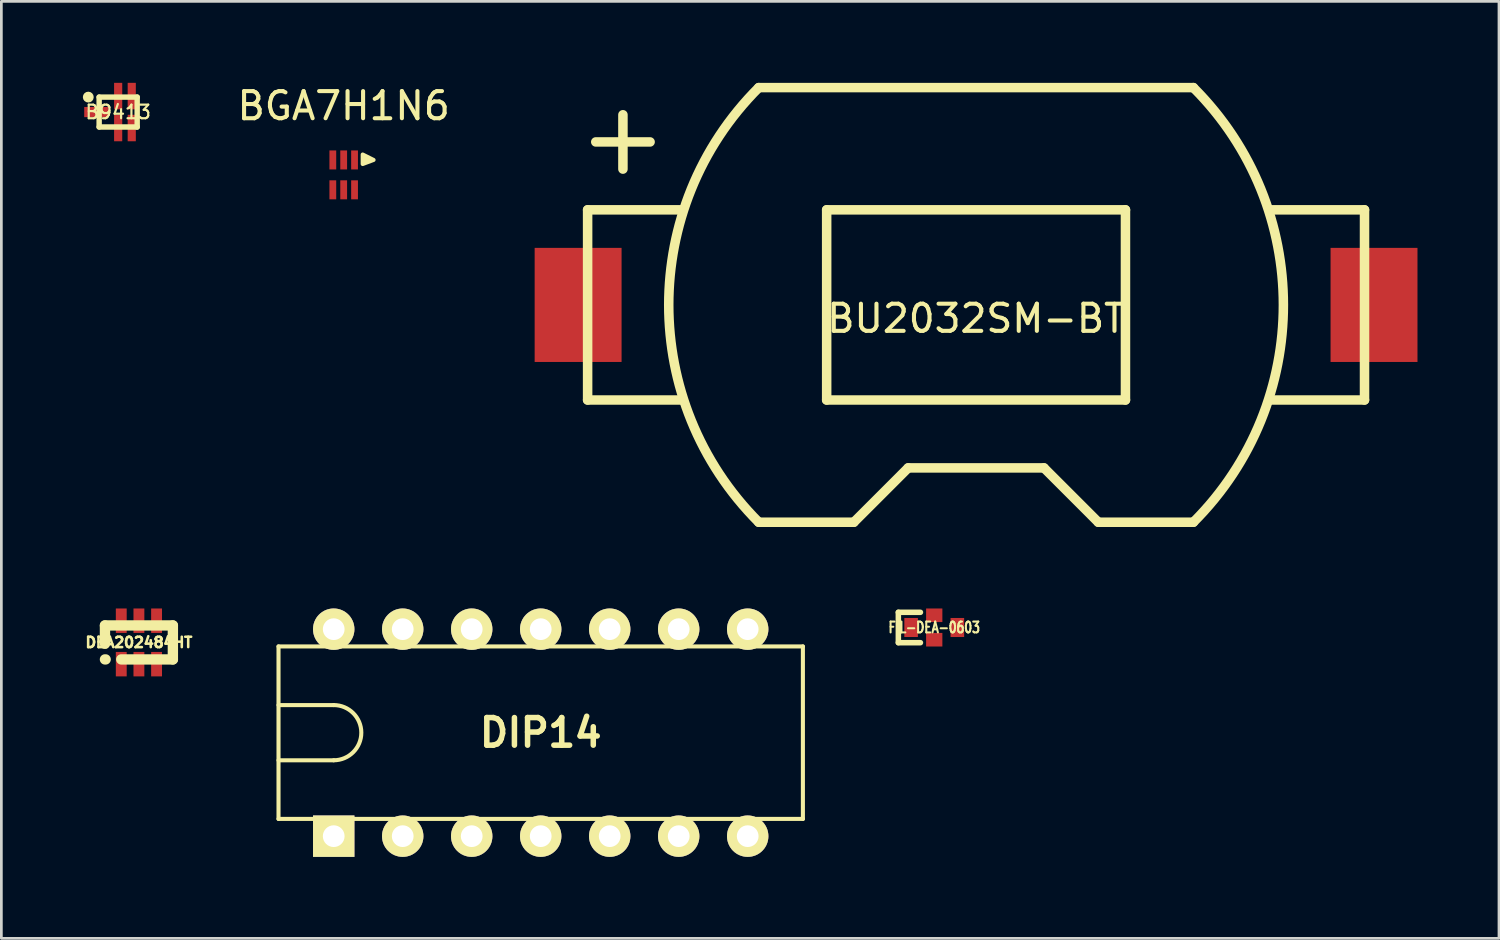
<source format=kicad_pcb>
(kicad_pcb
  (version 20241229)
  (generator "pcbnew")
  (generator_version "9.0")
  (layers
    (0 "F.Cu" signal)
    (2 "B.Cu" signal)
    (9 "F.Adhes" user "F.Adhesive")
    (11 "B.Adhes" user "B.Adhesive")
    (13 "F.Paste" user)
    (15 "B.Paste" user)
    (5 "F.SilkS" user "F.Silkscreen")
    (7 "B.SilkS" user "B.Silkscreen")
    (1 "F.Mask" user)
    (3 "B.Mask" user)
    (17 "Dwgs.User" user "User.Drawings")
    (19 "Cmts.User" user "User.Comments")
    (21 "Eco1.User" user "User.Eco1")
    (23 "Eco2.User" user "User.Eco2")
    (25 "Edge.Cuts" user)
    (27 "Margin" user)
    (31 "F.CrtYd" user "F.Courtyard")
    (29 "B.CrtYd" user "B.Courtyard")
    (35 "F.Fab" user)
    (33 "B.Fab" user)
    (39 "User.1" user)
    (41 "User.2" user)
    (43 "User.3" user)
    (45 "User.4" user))
  (footprint "DEA202484HT"
    (layer "F.Cu")
    (at 2.064 20.6)
    (property "Reference" "DEA202484HT" (at 0 0 0) (layer "F.SilkS") (effects (font (size 0.381 0.381) (thickness 0.095))))
    (attr smd)
    (fp_line (start -1.25 -0.625) (end -1.25 0.05) (stroke (width 0.381) (type solid)) (layer "F.SilkS"))
    (fp_line (start -1.25 -0.625) (end 1.25 -0.625) (stroke (width 0.381) (type solid)) (layer "F.SilkS"))
    (fp_line (start -1.25 0.625) (end -1.225 0.625) (stroke (width 0.381) (type solid)) (layer "F.SilkS"))
    (fp_line (start 1.25 -0.625) (end 1.25 0.625) (stroke (width 0.381) (type solid)) (layer "F.SilkS"))
    (fp_line (start 1.25 0.625) (end -0.65 0.625) (stroke (width 0.381) (type solid)) (layer "F.SilkS"))
    (pad "1" smd rect (at -0.65 0.8) (size 0.4 0.9) (layers "F.Cu" "F.Mask" "F.Paste"))
    (pad "2" smd rect (at 0 0.8) (size 0.4 0.9) (layers "F.Cu" "F.Mask" "F.Paste"))
    (pad "3" smd rect (at 0.65 0.8) (size 0.4 0.9) (layers "F.Cu" "F.Mask" "F.Paste"))
    (pad "4" smd rect (at 0.65 -0.8) (size 0.4 0.9) (layers "F.Cu" "F.Mask" "F.Paste"))
    (pad "5" smd rect (at 0 -0.8) (size 0.4 0.9) (layers "F.Cu" "F.Mask" "F.Paste"))
    (pad "6" smd rect (at -0.65 -0.8) (size 0.4 0.9) (layers "F.Cu" "F.Mask" "F.Paste")))
  (footprint "B9413"
    (layer "F.Cu")
    (at 1.3 1.075)
    (property "Reference" "B9413" (at 0 0 0) (layer "F.SilkS") (effects (font (size 0.5 0.5) (thickness 0.08))))
    (attr smd)
    (fp_line (start -0.7 -0.55) (end 0.7 -0.55) (stroke (width 0.2) (type solid)) (layer "F.SilkS"))
    (fp_line (start -0.7 0.55) (end -0.7 -0.55) (stroke (width 0.2) (type solid)) (layer "F.SilkS"))
    (fp_line (start 0.7 -0.55) (end 0.7 0.55) (stroke (width 0.2) (type solid)) (layer "F.SilkS"))
    (fp_line (start 0.7 0.55) (end -0.7 0.55) (stroke (width 0.2) (type solid)) (layer "F.SilkS"))
    (fp_circle (center -1.1 -0.55) (end -1 -0.55) (stroke (width 0.2) (type solid)) (fill no) (layer "F.SilkS"))
    (pad "1" smd rect (at -0.8 0) (size 0.9 0.375) (layers "F.Cu" "F.Mask" "F.Paste"))
    (pad "2" smd rect (at 0 -0.588) (size 0.3 0.975) (layers "F.Cu" "F.Mask" "F.Paste"))
    (pad "3" smd rect (at 0.5 -0.588) (size 0.3 0.975) (layers "F.Cu" "F.Mask" "F.Paste"))
    (pad "4" smd rect (at 0.5 0.588) (size 0.3 0.975) (layers "F.Cu" "F.Mask" "F.Paste"))
    (pad "5" smd rect (at 0 0.588) (size 0.3 0.975) (layers "F.Cu" "F.Mask" "F.Paste")))
  (footprint "BGA7H1N6"
    (layer "F.Cu")
    (at 9.602 3.388)
    (property "Reference" "BGA7H1N6" (at 0 -2.54 0) (layer "F.SilkS") (effects (font (size 1 1) (thickness 0.15))))
    (attr smd)
    (fp_poly (pts (xy 0.7 -0.75) (xy 0.7 -0.4) (xy 1.1 -0.55)) (stroke (width 0.15) (type solid)) (fill yes) (layer "F.SilkS"))
    (pad "1" smd rect (at 0.4 -0.55) (size 0.25 0.7) (layers "F.Cu" "F.Mask" "F.Paste"))
    (pad "2" smd rect (at 0 -0.55) (size 0.25 0.7) (layers "F.Cu" "F.Mask" "F.Paste"))
    (pad "3" smd rect (at -0.4 -0.55) (size 0.25 0.7) (layers "F.Cu" "F.Mask" "F.Paste"))
    (pad "4" smd rect (at -0.4 0.55) (size 0.25 0.7) (layers "F.Cu" "F.Mask" "F.Paste"))
    (pad "5" smd rect (at 0 0.55) (size 0.25 0.7) (layers "F.Cu" "F.Mask" "F.Paste"))
    (pad "6" smd rect (at 0.4 0.55) (size 0.25 0.7) (layers "F.Cu" "F.Mask" "F.Paste")))
  (footprint "FIL-DEA-0603"
    (layer "F.Cu")
    (at 31.342 20.05)
    (property "Reference" "FIL-DEA-0603" (at 0 0 0) (layer "F.SilkS") (effects (font (size 0.399 0.3) (thickness 0.075))))
    (attr smd)
    (fp_line (start -1.321 -0.559) (end -1.321 0.559) (stroke (width 0.203) (type solid)) (layer "F.SilkS"))
    (fp_line (start -1.321 0.559) (end -0.508 0.559) (stroke (width 0.203) (type solid)) (layer "F.SilkS"))
    (fp_line (start -0.508 -0.559) (end -1.321 -0.559) (stroke (width 0.203) (type solid)) (layer "F.SilkS"))
    (pad "1" smd rect (at -0.851 0) (size 0.5 0.701) (layers "F.Cu" "F.Mask" "F.Paste"))
    (pad "2" smd rect (at 0 0.45) (size 0.599 0.5) (layers "F.Cu" "F.Mask" "F.Paste"))
    (pad "3" smd rect (at 0.851 0) (size 0.5 0.701) (layers "F.Cu" "F.Mask" "F.Paste"))
    (pad "4" smd rect (at 0 -0.45) (size 0.599 0.5) (layers "F.Cu" "F.Mask" "F.Paste")))
  (footprint "BU2032SM-BT"
    (layer "F.Cu")
    (at 32.882 8.175)
    (property "Reference" "BU2032SM-BT" (at 0 0.5 0) (layer "F.SilkS") (effects (font (size 1 1) (thickness 0.15))))
    (attr smd)
    (fp_line (start -14.3 -3.5) (end -14.3 3.5) (stroke (width 0.35) (type solid)) (layer "F.SilkS"))
    (fp_line (start -14.3 -3.5) (end -10.8 -3.5) (stroke (width 0.35) (type solid)) (layer "F.SilkS"))
    (fp_line (start -14.3 3.5) (end -10.8 3.5) (stroke (width 0.35) (type solid)) (layer "F.SilkS"))
    (fp_line (start -14 -6) (end -12 -6) (stroke (width 0.35) (type solid)) (layer "F.SilkS"))
    (fp_line (start -13 -7) (end -13 -5) (stroke (width 0.35) (type solid)) (layer "F.SilkS"))
    (fp_line (start -8 -8) (end 8 -8) (stroke (width 0.35) (type solid)) (layer "F.SilkS"))
    (fp_line (start -8 8) (end -4.5 8) (stroke (width 0.35) (type solid)) (layer "F.SilkS"))
    (fp_line (start -5.5 -3.5) (end 5.5 -3.5) (stroke (width 0.35) (type solid)) (layer "F.SilkS"))
    (fp_line (start -5.5 3.5) (end -5.5 -3.5) (stroke (width 0.35) (type solid)) (layer "F.SilkS"))
    (fp_line (start -4.5 8) (end -2.5 6) (stroke (width 0.35) (type solid)) (layer "F.SilkS"))
    (fp_line (start -2.5 6) (end 2.5 6) (stroke (width 0.35) (type solid)) (layer "F.SilkS"))
    (fp_line (start 2.5 6) (end 4.5 8) (stroke (width 0.35) (type solid)) (layer "F.SilkS"))
    (fp_line (start 4.5 8) (end 8 8) (stroke (width 0.35) (type solid)) (layer "F.SilkS"))
    (fp_line (start 5.5 -3.5) (end 5.5 3.5) (stroke (width 0.35) (type solid)) (layer "F.SilkS"))
    (fp_line (start 5.5 3.5) (end -5.5 3.5) (stroke (width 0.35) (type solid)) (layer "F.SilkS"))
    (fp_line (start 14.3 -3.5) (end 10.8 -3.5) (stroke (width 0.35) (type solid)) (layer "F.SilkS"))
    (fp_line (start 14.3 -3.5) (end 14.3 3.5) (stroke (width 0.35) (type solid)) (layer "F.SilkS"))
    (fp_line (start 14.3 3.5) (end 10.8 3.5) (stroke (width 0.35) (type solid)) (layer "F.SilkS"))
    (fp_arc (start -8 8) (mid -11.313708 0) (end -8 -8) (stroke (width 0.35) (type solid)) (layer "F.SilkS"))
    (fp_arc (start 8 -8) (mid 11.313708 0) (end 8 8) (stroke (width 0.35) (type solid)) (layer "F.SilkS"))
    (pad "1" smd rect (at -14.65 0) (size 3.2 4.2) (layers "F.Cu" "F.Mask" "F.Paste"))
    (pad "2" smd rect (at 14.65 0) (size 3.2 4.2) (layers "F.Cu" "F.Mask" "F.Paste")))
  (footprint "DIP14"
    (layer "F.Cu")
    (at 16.855 23.922)
    (property "Reference" "DIP14" (at 0 0 0) (layer "F.SilkS") (effects (font (size 1.016 1.016) (thickness 0.203))))
    (attr through_hole)
    (fp_line (start -9.652 -1.016) (end -7.62 -1.016) (stroke (width 0.15) (type solid)) (layer "F.SilkS"))
    (fp_line (start -9.652 1.016) (end -7.62 1.016) (stroke (width 0.15) (type solid)) (layer "F.SilkS"))
    (fp_line (start -9.652 3.175) (end -9.652 -3.175) (stroke (width 0.15) (type solid)) (layer "F.SilkS"))
    (fp_line (start -9.652 3.175) (end 9.652 3.175) (stroke (width 0.15) (type solid)) (layer "F.SilkS"))
    (fp_line (start 9.652 -3.175) (end -9.652 -3.175) (stroke (width 0.15) (type solid)) (layer "F.SilkS"))
    (fp_line (start 9.652 3.175) (end 9.652 -3.175) (stroke (width 0.15) (type solid)) (layer "F.SilkS"))
    (fp_arc (start -7.62 -1.016) (mid -6.604 0) (end -7.62 1.016) (stroke (width 0.15) (type solid)) (layer "F.SilkS"))
    (pad "1" thru_hole rect (at -7.62 3.81) (size 1.524 1.524) (drill 0.8) (layers "*.Cu" "*.Mask" "F.SilkS"))
    (pad "2" thru_hole circle (at -5.08 3.81) (size 1.524 1.524) (drill 0.8) (layers "*.Cu" "*.Mask" "F.SilkS"))
    (pad "3" thru_hole circle (at -2.54 3.81) (size 1.524 1.524) (drill 0.8) (layers "*.Cu" "*.Mask" "F.SilkS"))
    (pad "4" thru_hole circle (at 0 3.81) (size 1.524 1.524) (drill 0.8) (layers "*.Cu" "*.Mask" "F.SilkS"))
    (pad "5" thru_hole circle (at 2.54 3.81) (size 1.524 1.524) (drill 0.8) (layers "*.Cu" "*.Mask" "F.SilkS"))
    (pad "6" thru_hole circle (at 5.08 3.81) (size 1.524 1.524) (drill 0.8) (layers "*.Cu" "*.Mask" "F.SilkS"))
    (pad "7" thru_hole circle (at 7.62 3.81) (size 1.524 1.524) (drill 0.8) (layers "*.Cu" "*.Mask" "F.SilkS"))
    (pad "8" thru_hole circle (at 7.62 -3.81) (size 1.524 1.524) (drill 0.8) (layers "*.Cu" "*.Mask" "F.SilkS"))
    (pad "9" thru_hole circle (at 5.08 -3.81) (size 1.524 1.524) (drill 0.8) (layers "*.Cu" "*.Mask" "F.SilkS"))
    (pad "10" thru_hole circle (at 2.54 -3.81) (size 1.524 1.524) (drill 0.8) (layers "*.Cu" "*.Mask" "F.SilkS"))
    (pad "11" thru_hole circle (at 0 -3.81) (size 1.524 1.524) (drill 0.8) (layers "*.Cu" "*.Mask" "F.SilkS"))
    (pad "12" thru_hole circle (at -2.54 -3.81) (size 1.524 1.524) (drill 0.8) (layers "*.Cu" "*.Mask" "F.SilkS"))
    (pad "13" thru_hole circle (at -5.08 -3.81) (size 1.524 1.524) (drill 0.8) (layers "*.Cu" "*.Mask" "F.SilkS"))
    (pad "14" thru_hole circle (at -7.62 -3.81) (size 1.524 1.524) (drill 0.8) (layers "*.Cu" "*.Mask" "F.SilkS")))
  (gr_rect
    (start -3 -3)
    (end 52.132 31.494)
    (stroke (width 0.1) (type default))
    (fill no)
    (layer "Edge.Cuts")))
</source>
